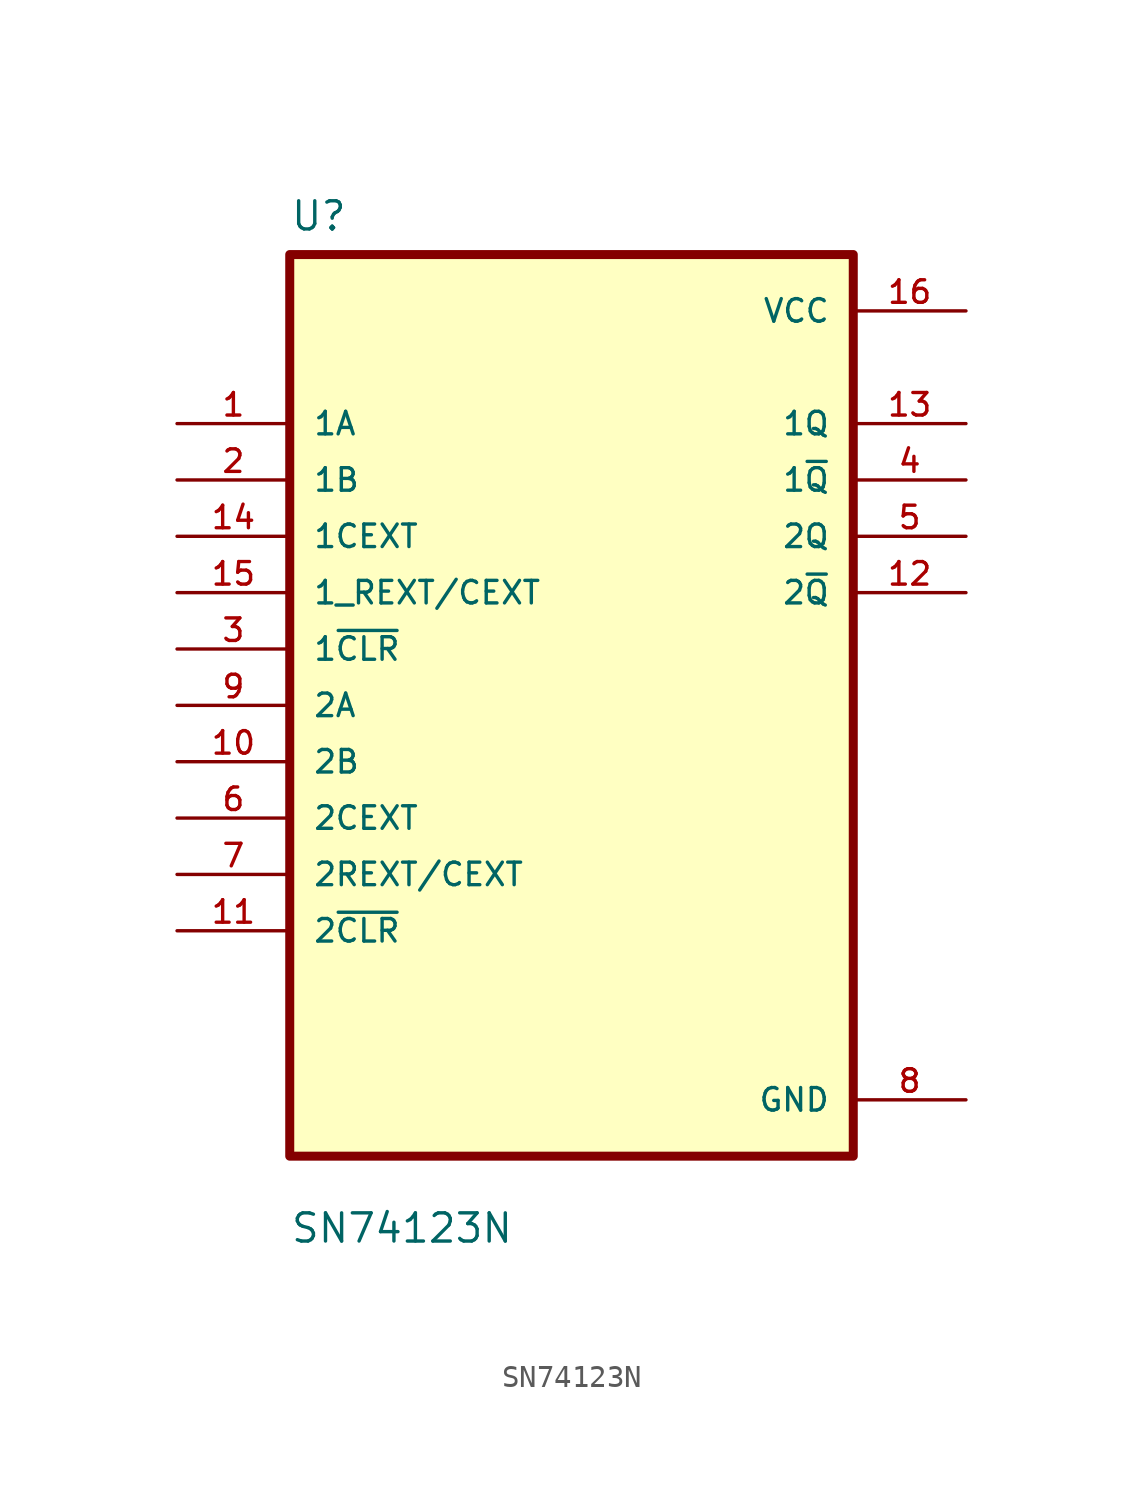
<source format=kicad_sym>
(kicad_symbol_lib
  (version 20211014)
  (generator kicad_symbol_editor)
  (symbol "SN74123N"
    (pin_names
      (offset 1.016))
    (property "Reference" "U"
      (at -12.7 21.311 0)
      (effects (font (size 1.27 1.27)) (justify left bottom)))
    (property "Value" "SN74123N"
      (at -12.7 -24.308 0)
      (effects (font (size 1.27 1.27)) (justify left bottom)))
    (property "ki_locked" ""
      (at 0 0 0)
      (effects (font (size 1.27 1.27))))
    (symbol "SN74123N_0_0"
      (rectangle (start -12.7 -20.32) (end 12.7 20.32) (stroke (width 0.406) (type default) (color 0 0 0 0)) (fill (type background)))
      (pin input line (at -17.78 12.7 0) (length 5.08) (name "1A" (effects (font (size 1.016 1.016)))) (number "1" (effects (font (size 1.016 1.016)))))
      (pin input line (at -17.78 -2.54 0) (length 5.08) (name "2B" (effects (font (size 1.016 1.016)))) (number "10" (effects (font (size 1.016 1.016)))))
      (pin input line (at -17.78 -10.16 0) (length 5.08) (name "2~{CLR}" (effects (font (size 1.016 1.016)))) (number "11" (effects (font (size 1.016 1.016)))))
      (pin output line (at 17.78 5.08 180) (length 5.08) (name "2~{Q}" (effects (font (size 1.016 1.016)))) (number "12" (effects (font (size 1.016 1.016)))))
      (pin output line (at 17.78 12.7 180) (length 5.08) (name "1Q" (effects (font (size 1.016 1.016)))) (number "13" (effects (font (size 1.016 1.016)))))
      (pin input line (at -17.78 7.62 0) (length 5.08) (name "1CEXT" (effects (font (size 1.016 1.016)))) (number "14" (effects (font (size 1.016 1.016)))))
      (pin input line (at -17.78 5.08 0) (length 5.08) (name "1_REXT/CEXT" (effects (font (size 1.016 1.016)))) (number "15" (effects (font (size 1.016 1.016)))))
      (pin power_in line (at 17.78 17.78 180) (length 5.08) (name "VCC" (effects (font (size 1.016 1.016)))) (number "16" (effects (font (size 1.016 1.016)))))
      (pin input line (at -17.78 10.16 0) (length 5.08) (name "1B" (effects (font (size 1.016 1.016)))) (number "2" (effects (font (size 1.016 1.016)))))
      (pin input line (at -17.78 2.54 0) (length 5.08) (name "1~{CLR}" (effects (font (size 1.016 1.016)))) (number "3" (effects (font (size 1.016 1.016)))))
      (pin output line (at 17.78 10.16 180) (length 5.08) (name "1~{Q}" (effects (font (size 1.016 1.016)))) (number "4" (effects (font (size 1.016 1.016)))))
      (pin output line (at 17.78 7.62 180) (length 5.08) (name "2Q" (effects (font (size 1.016 1.016)))) (number "5" (effects (font (size 1.016 1.016)))))
      (pin input line (at -17.78 -5.08 0) (length 5.08) (name "2CEXT" (effects (font (size 1.016 1.016)))) (number "6" (effects (font (size 1.016 1.016)))))
      (pin input line (at -17.78 -7.62 0) (length 5.08) (name "2REXT/CEXT" (effects (font (size 1.016 1.016)))) (number "7" (effects (font (size 1.016 1.016)))))
      (pin power_in line (at 17.78 -17.78 180) (length 5.08) (name "GND" (effects (font (size 1.016 1.016)))) (number "8" (effects (font (size 1.016 1.016)))))
      (pin input line (at -17.78 0 0) (length 5.08) (name "2A" (effects (font (size 1.016 1.016)))) (number "9" (effects (font (size 1.016 1.016))))))))
</source>
